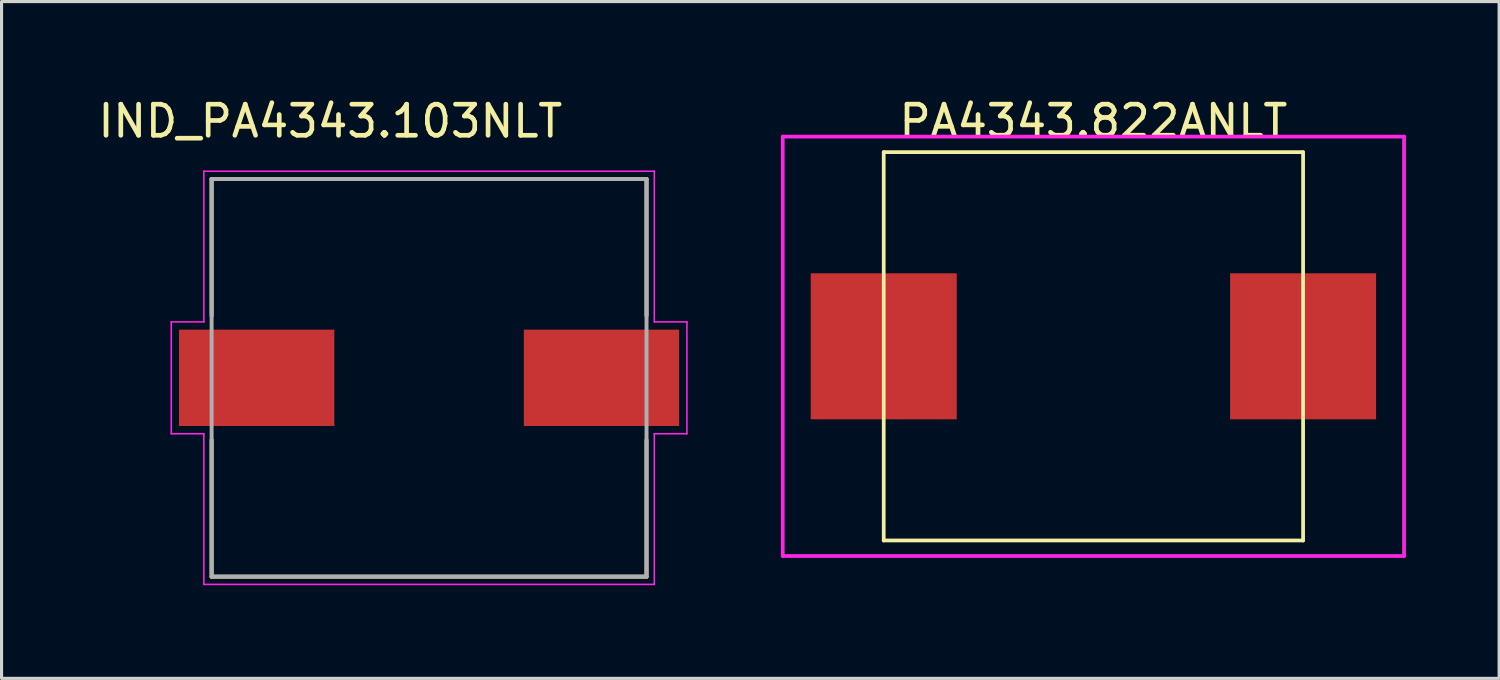
<source format=kicad_pcb>
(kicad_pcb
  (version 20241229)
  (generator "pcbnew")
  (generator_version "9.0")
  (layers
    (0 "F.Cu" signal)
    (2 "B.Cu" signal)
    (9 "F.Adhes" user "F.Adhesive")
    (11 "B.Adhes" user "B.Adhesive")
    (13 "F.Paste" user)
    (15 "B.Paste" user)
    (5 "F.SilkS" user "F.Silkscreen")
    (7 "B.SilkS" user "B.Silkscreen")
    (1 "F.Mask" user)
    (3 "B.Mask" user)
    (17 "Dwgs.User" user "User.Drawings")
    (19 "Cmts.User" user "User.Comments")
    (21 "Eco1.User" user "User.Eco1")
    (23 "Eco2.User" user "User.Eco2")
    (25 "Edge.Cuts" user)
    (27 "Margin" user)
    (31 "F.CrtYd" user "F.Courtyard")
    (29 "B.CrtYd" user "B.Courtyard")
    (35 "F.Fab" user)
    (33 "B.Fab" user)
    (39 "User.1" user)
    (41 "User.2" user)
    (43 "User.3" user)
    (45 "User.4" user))
  (footprint "IND_PA4343.103NLT"
    (layer "F.Cu")
    (at 10.762 9.112)
    (property "Reference" "IND_PA4343.103NLT" (at -3.178 -8.263 0) (layer "F.SilkS") (effects (font (size 1.001 1.001) (thickness 0.15))))
    (attr through_hole)
    (fp_line (start -7 -6.4) (end -7 -2) (stroke (width 0.127) (type solid)) (layer "F.SilkS"))
    (fp_line (start -7 2) (end -7 6.4) (stroke (width 0.127) (type solid)) (layer "F.SilkS"))
    (fp_line (start -7 6.4) (end 7 6.4) (stroke (width 0.127) (type solid)) (layer "F.SilkS"))
    (fp_line (start 7 -6.4) (end -7 -6.4) (stroke (width 0.127) (type solid)) (layer "F.SilkS"))
    (fp_line (start 7 -2) (end 7 -6.4) (stroke (width 0.127) (type solid)) (layer "F.SilkS"))
    (fp_line (start 7 6.4) (end 7 2) (stroke (width 0.127) (type solid)) (layer "F.SilkS"))
    (fp_line (start -8.3 -1.8) (end -7.25 -1.8) (stroke (width 0.05) (type solid)) (layer "F.CrtYd"))
    (fp_line (start -8.3 1.8) (end -8.3 -1.8) (stroke (width 0.05) (type solid)) (layer "F.CrtYd"))
    (fp_line (start -7.25 -6.65) (end 7.25 -6.65) (stroke (width 0.05) (type solid)) (layer "F.CrtYd"))
    (fp_line (start -7.25 -1.8) (end -7.25 -6.65) (stroke (width 0.05) (type solid)) (layer "F.CrtYd"))
    (fp_line (start -7.25 1.8) (end -8.3 1.8) (stroke (width 0.05) (type solid)) (layer "F.CrtYd"))
    (fp_line (start -7.25 6.65) (end -7.25 1.8) (stroke (width 0.05) (type solid)) (layer "F.CrtYd"))
    (fp_line (start 7.25 -6.65) (end 7.25 -1.8) (stroke (width 0.05) (type solid)) (layer "F.CrtYd"))
    (fp_line (start 7.25 -1.8) (end 8.3 -1.8) (stroke (width 0.05) (type solid)) (layer "F.CrtYd"))
    (fp_line (start 7.25 1.8) (end 7.25 6.65) (stroke (width 0.05) (type solid)) (layer "F.CrtYd"))
    (fp_line (start 7.25 6.65) (end -7.25 6.65) (stroke (width 0.05) (type solid)) (layer "F.CrtYd"))
    (fp_line (start 8.3 -1.8) (end 8.3 1.8) (stroke (width 0.05) (type solid)) (layer "F.CrtYd"))
    (fp_line (start 8.3 1.8) (end 7.25 1.8) (stroke (width 0.05) (type solid)) (layer "F.CrtYd"))
    (fp_line (start -7 -6.4) (end 7 -6.4) (stroke (width 0.127) (type solid)) (layer "F.Fab"))
    (fp_line (start -7 6.4) (end -7 -6.4) (stroke (width 0.127) (type solid)) (layer "F.Fab"))
    (fp_line (start 7 -6.4) (end 7 6.4) (stroke (width 0.127) (type solid)) (layer "F.Fab"))
    (fp_line (start 7 6.4) (end -7 6.4) (stroke (width 0.127) (type solid)) (layer "F.Fab"))
    (pad "1" smd rect (at -5.55 0) (size 5 3.1) (layers "F.Cu" "F.Mask" "F.Paste"))
    (pad "2" smd rect (at 5.55 0) (size 5 3.1) (layers "F.Cu" "F.Mask" "F.Paste")))
  (footprint "PA4343.822ANLT"
    (layer "F.Cu")
    (at 32.147 0.348)
    (property "Reference" "PA4343.822ANLT" (at 0 0.5 0) (layer "F.SilkS") (effects (font (size 1 1) (thickness 0.15))))
    (attr through_hole)
    (fp_line (start -6.75 1.5) (end 6.75 1.5) (stroke (width 0.12) (type solid)) (layer "F.SilkS"))
    (fp_line (start -6.75 14) (end -6.75 1.5) (stroke (width 0.12) (type solid)) (layer "F.SilkS"))
    (fp_line (start 6.75 1.5) (end 6.75 14) (stroke (width 0.12) (type solid)) (layer "F.SilkS"))
    (fp_line (start 6.75 14) (end -6.75 14) (stroke (width 0.12) (type solid)) (layer "F.SilkS"))
    (fp_line (start -10 1) (end 10 1) (stroke (width 0.12) (type solid)) (layer "F.CrtYd"))
    (fp_line (start -10 14.5) (end -10 1) (stroke (width 0.12) (type solid)) (layer "F.CrtYd"))
    (fp_line (start 10 1) (end 10 14.5) (stroke (width 0.12) (type solid)) (layer "F.CrtYd"))
    (fp_line (start 10 14.5) (end -10 14.5) (stroke (width 0.12) (type solid)) (layer "F.CrtYd"))
    (pad "1" smd rect (at -6.75 7.75) (size 4.7 4.7) (layers "F.Cu" "F.Mask" "F.Paste"))
    (pad "2" smd rect (at 6.75 7.75) (size 4.7 4.7) (layers "F.Cu" "F.Mask" "F.Paste")))
  (gr_rect
    (start -3 -3)
    (end 45.207 18.787)
    (stroke (width 0.1) (type default))
    (fill no)
    (layer "Edge.Cuts")))
</source>
